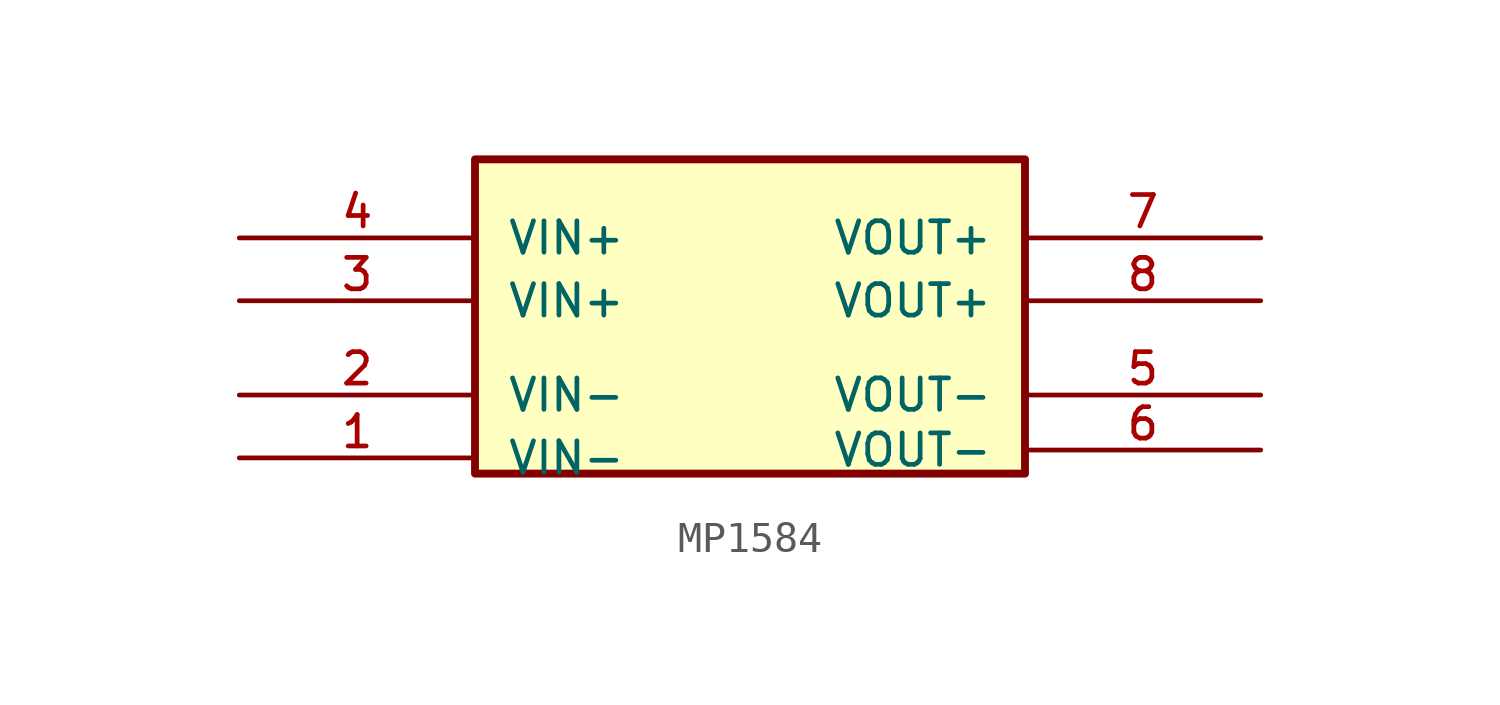
<source format=kicad_sym>
(kicad_symbol_lib
  (version 20211014)
  (generator kicad_symbol_editor)
  (symbol "MP1584"
    (pin_names
      (offset 1.016))
    (property "Reference" "U2"
      (at -4.572 6.858 0)
      (effects (font (size 1.27 1.27)) (justify left bottom) hide))
    (property "ki_locked" ""
      (at 0 0 0)
      (effects (font (size 1.27 1.27))))
    (symbol "MP1584_0_0"
      (rectangle (start -7.62 -5.08) (end 10.16 5.08) (stroke (width 0.254) (type default) (color 0 0 0 0)) (fill (type background)))
      (pin input line (at -15.24 -4.572 0) (length 7.62) (name "VIN-" (effects (font (size 1.016 1.016)))) (number "1" (effects (font (size 1.016 1.016)))))
      (pin input line (at -15.24 -2.54 0) (length 7.62) (name "VIN-" (effects (font (size 1.016 1.016)))) (number "2" (effects (font (size 1.016 1.016)))))
      (pin input line (at -15.24 0.508 0) (length 7.62) (name "VIN+" (effects (font (size 1.016 1.016)))) (number "3" (effects (font (size 1.016 1.016)))))
      (pin input line (at -15.24 2.54 0) (length 7.62) (name "VIN+" (effects (font (size 1.016 1.016)))) (number "4" (effects (font (size 1.016 1.016)))))
      (pin output line (at 17.78 -2.54 180) (length 7.62) (name "VOUT-" (effects (font (size 1.016 1.016)))) (number "5" (effects (font (size 1.016 1.016)))))
      (pin output line (at 17.78 -4.318 180) (length 7.62) (name "VOUT-" (effects (font (size 1.016 1.016)))) (number "6" (effects (font (size 1.016 1.016)))))
      (pin output line (at 17.78 2.54 180) (length 7.62) (name "VOUT+" (effects (font (size 1.016 1.016)))) (number "7" (effects (font (size 1.016 1.016)))))
      (pin output line (at 17.78 0.508 180) (length 7.62) (name "VOUT+" (effects (font (size 1.016 1.016)))) (number "8" (effects (font (size 1.016 1.016))))))))
</source>
